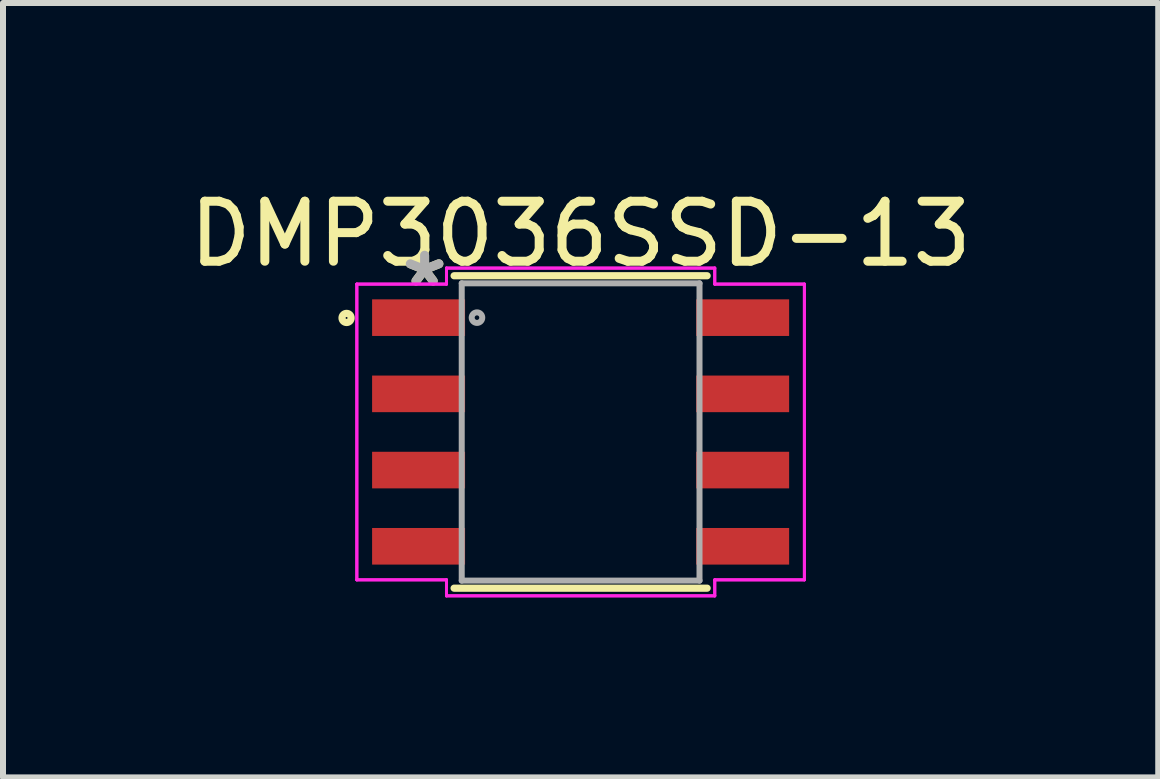
<source format=kicad_pcb>
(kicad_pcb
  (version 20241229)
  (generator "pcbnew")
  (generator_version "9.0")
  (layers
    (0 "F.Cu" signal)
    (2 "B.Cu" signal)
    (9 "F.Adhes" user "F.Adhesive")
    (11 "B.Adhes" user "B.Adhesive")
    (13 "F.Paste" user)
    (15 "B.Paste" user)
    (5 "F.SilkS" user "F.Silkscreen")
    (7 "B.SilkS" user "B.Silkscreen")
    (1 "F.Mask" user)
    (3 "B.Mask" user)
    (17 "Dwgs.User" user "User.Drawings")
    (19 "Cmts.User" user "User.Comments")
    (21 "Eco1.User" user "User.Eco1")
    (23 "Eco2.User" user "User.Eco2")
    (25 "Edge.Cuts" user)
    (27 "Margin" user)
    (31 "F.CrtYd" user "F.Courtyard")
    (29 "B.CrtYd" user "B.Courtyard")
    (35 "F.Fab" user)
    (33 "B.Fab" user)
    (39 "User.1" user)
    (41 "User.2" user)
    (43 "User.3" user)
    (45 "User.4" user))
  (footprint "DMP3036SSD-13"
    (layer "F.Cu")
    (at 6.625 4.148)
    (property "Reference" "DMP3036SSD-13" (at 0 -3.3 0) (layer "F.SilkS") (effects (font (size 1 1) (thickness 0.15))))
    (attr through_hole)
    (fp_line (start -2.108 2.603) (end 2.108 2.603) (stroke (width 0.12) (type solid)) (layer "F.SilkS"))
    (fp_line (start 2.108 -2.603) (end -2.108 -2.603) (stroke (width 0.12) (type solid)) (layer "F.SilkS"))
    (fp_circle (center -3.9 -1.9) (end -3.824 -1.9) (stroke (width 0.12) (type solid)) (fill no) (layer "F.SilkS"))
    (fp_line (start -3.729 -2.464) (end -2.235 -2.464) (stroke (width 0.05) (type solid)) (layer "F.CrtYd"))
    (fp_line (start -3.729 -2.464) (end -2.235 -2.464) (stroke (width 0.05) (type solid)) (layer "F.CrtYd"))
    (fp_line (start -3.729 2.464) (end -3.729 -2.464) (stroke (width 0.05) (type solid)) (layer "F.CrtYd"))
    (fp_line (start -3.729 2.464) (end -3.729 -2.464) (stroke (width 0.05) (type solid)) (layer "F.CrtYd"))
    (fp_line (start -3.729 2.464) (end -2.235 2.464) (stroke (width 0.05) (type solid)) (layer "F.CrtYd"))
    (fp_line (start -2.235 -2.731) (end 2.235 -2.731) (stroke (width 0.05) (type solid)) (layer "F.CrtYd"))
    (fp_line (start -2.235 -2.731) (end 2.235 -2.731) (stroke (width 0.05) (type solid)) (layer "F.CrtYd"))
    (fp_line (start -2.235 -2.464) (end -2.235 -2.731) (stroke (width 0.05) (type solid)) (layer "F.CrtYd"))
    (fp_line (start -2.235 -2.464) (end -2.235 -2.731) (stroke (width 0.05) (type solid)) (layer "F.CrtYd"))
    (fp_line (start -2.235 2.464) (end -3.729 2.464) (stroke (width 0.05) (type solid)) (layer "F.CrtYd"))
    (fp_line (start -2.235 2.731) (end -2.235 2.464) (stroke (width 0.05) (type solid)) (layer "F.CrtYd"))
    (fp_line (start -2.235 2.731) (end -2.235 2.464) (stroke (width 0.05) (type solid)) (layer "F.CrtYd"))
    (fp_line (start 2.235 -2.731) (end 2.235 -2.464) (stroke (width 0.05) (type solid)) (layer "F.CrtYd"))
    (fp_line (start 2.235 -2.731) (end 2.235 -2.464) (stroke (width 0.05) (type solid)) (layer "F.CrtYd"))
    (fp_line (start 2.235 -2.464) (end 3.729 -2.464) (stroke (width 0.05) (type solid)) (layer "F.CrtYd"))
    (fp_line (start 2.235 2.464) (end 2.235 2.731) (stroke (width 0.05) (type solid)) (layer "F.CrtYd"))
    (fp_line (start 2.235 2.464) (end 2.235 2.731) (stroke (width 0.05) (type solid)) (layer "F.CrtYd"))
    (fp_line (start 2.235 2.731) (end -2.235 2.731) (stroke (width 0.05) (type solid)) (layer "F.CrtYd"))
    (fp_line (start 2.235 2.731) (end -2.235 2.731) (stroke (width 0.05) (type solid)) (layer "F.CrtYd"))
    (fp_line (start 3.729 -2.464) (end 2.235 -2.464) (stroke (width 0.05) (type solid)) (layer "F.CrtYd"))
    (fp_line (start 3.729 -2.464) (end 3.729 2.464) (stroke (width 0.05) (type solid)) (layer "F.CrtYd"))
    (fp_line (start 3.729 -2.464) (end 3.729 2.464) (stroke (width 0.05) (type solid)) (layer "F.CrtYd"))
    (fp_line (start 3.729 2.464) (end 2.235 2.464) (stroke (width 0.05) (type solid)) (layer "F.CrtYd"))
    (fp_line (start 3.729 2.464) (end 2.235 2.464) (stroke (width 0.05) (type solid)) (layer "F.CrtYd"))
    (fp_line (start -1.981 -2.477) (end -1.981 2.477) (stroke (width 0.1) (type solid)) (layer "F.Fab"))
    (fp_line (start -1.981 2.477) (end 1.981 2.477) (stroke (width 0.1) (type solid)) (layer "F.Fab"))
    (fp_line (start 1.981 -2.477) (end -1.981 -2.477) (stroke (width 0.1) (type solid)) (layer "F.Fab"))
    (fp_line (start 1.981 2.477) (end 1.981 -2.477) (stroke (width 0.1) (type solid)) (layer "F.Fab"))
    (fp_circle (center -1.727 -1.905) (end -1.689 -1.905) (stroke (width 0.1) (type solid)) (fill no) (layer "F.Fab"))
    (fp_text user "*" (at -2.6 -2.4 0) (layer "F.SilkS") (effects (font (size 1 1) (thickness 0.15))))
    (fp_text user "*" (at -2.6 -2.4 0) (layer "F.Fab") (effects (font (size 1 1) (thickness 0.15))))
    (pad "1" smd rect (at -2.7 -1.905) (size 1.549 0.61) (layers "F.Cu" "F.Mask" "F.Paste"))
    (pad "2" smd rect (at -2.7 -0.635) (size 1.549 0.61) (layers "F.Cu" "F.Mask" "F.Paste"))
    (pad "3" smd rect (at -2.7 0.635) (size 1.549 0.61) (layers "F.Cu" "F.Mask" "F.Paste"))
    (pad "4" smd rect (at -2.7 1.905) (size 1.549 0.61) (layers "F.Cu" "F.Mask" "F.Paste"))
    (pad "5" smd rect (at 2.7 1.905) (size 1.549 0.61) (layers "F.Cu" "F.Mask" "F.Paste"))
    (pad "6" smd rect (at 2.7 0.635) (size 1.549 0.61) (layers "F.Cu" "F.Mask" "F.Paste"))
    (pad "7" smd rect (at 2.7 -0.635) (size 1.549 0.61) (layers "F.Cu" "F.Mask" "F.Paste"))
    (pad "8" smd rect (at 2.7 -1.905) (size 1.549 0.61) (layers "F.Cu" "F.Mask" "F.Paste")))
  (gr_rect
    (start -3 -3)
    (end 16.25 9.904)
    (stroke (width 0.1) (type default))
    (fill no)
    (layer "Edge.Cuts")))
</source>
